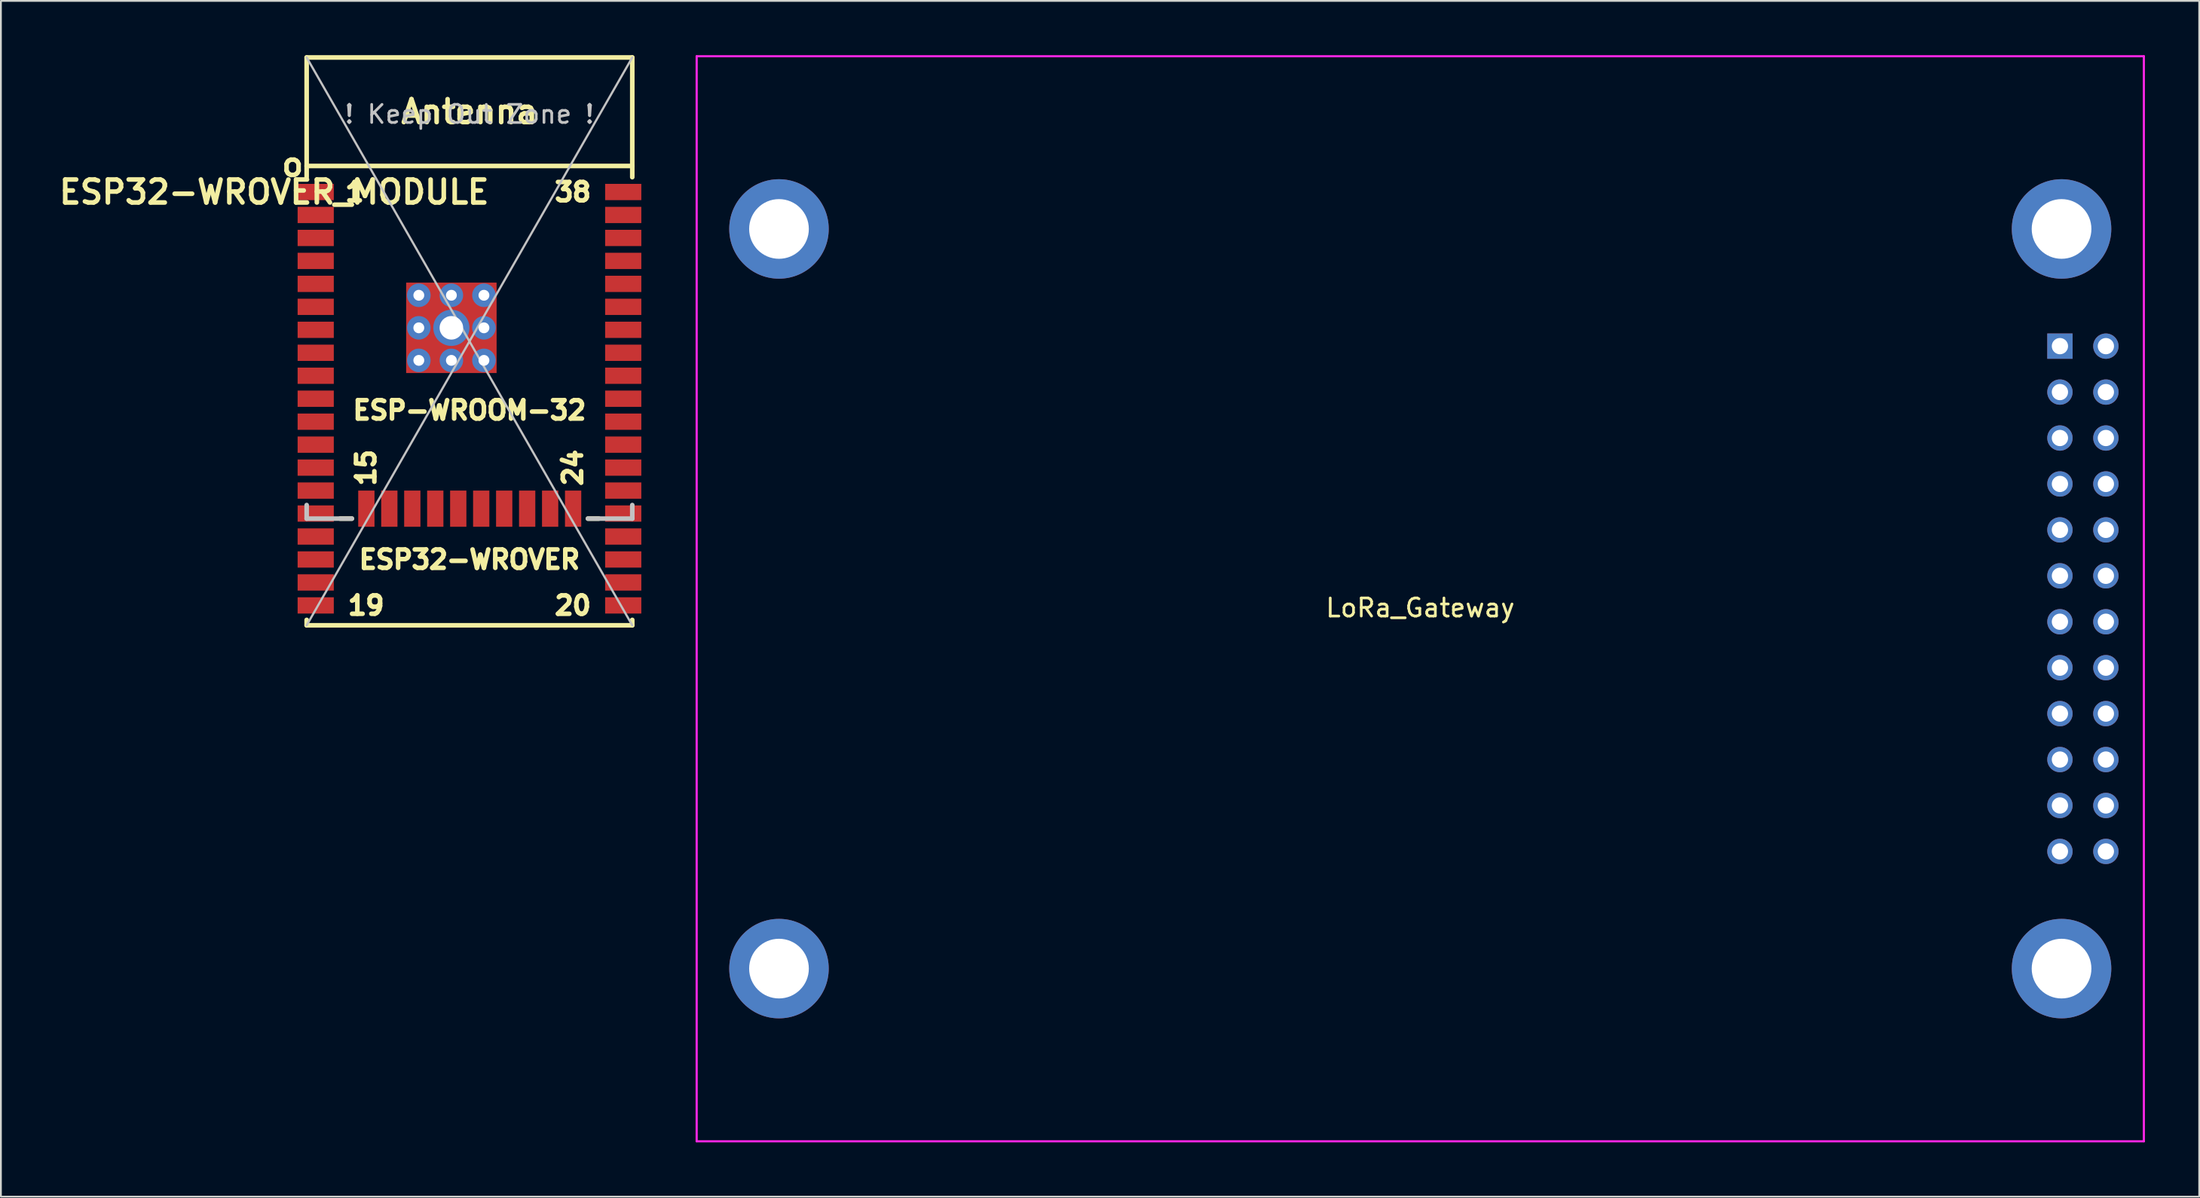
<source format=kicad_pcb>
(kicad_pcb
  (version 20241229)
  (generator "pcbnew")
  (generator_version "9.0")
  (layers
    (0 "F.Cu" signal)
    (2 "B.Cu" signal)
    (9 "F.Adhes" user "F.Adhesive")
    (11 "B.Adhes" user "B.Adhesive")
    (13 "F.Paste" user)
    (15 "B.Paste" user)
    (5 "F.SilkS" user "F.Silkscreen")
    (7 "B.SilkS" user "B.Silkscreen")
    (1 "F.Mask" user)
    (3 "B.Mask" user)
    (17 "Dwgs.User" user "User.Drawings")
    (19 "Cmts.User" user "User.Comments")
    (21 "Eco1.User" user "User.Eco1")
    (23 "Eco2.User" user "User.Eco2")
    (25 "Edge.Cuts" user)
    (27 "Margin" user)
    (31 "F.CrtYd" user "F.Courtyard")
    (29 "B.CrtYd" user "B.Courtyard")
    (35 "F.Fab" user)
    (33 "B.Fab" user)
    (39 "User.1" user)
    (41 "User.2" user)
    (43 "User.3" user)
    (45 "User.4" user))
  (footprint "LoRa_Gateway"
    (layer "F.Cu")
    (at 75.462 30.06)
    (property "Reference" "LoRa_Gateway" (at 0 0.5 0) (layer "F.SilkS") (effects (font (size 1 1) (thickness 0.15))))
    (attr through_hole)
    (fp_line (start -40 -30) (end 40 -30) (stroke (width 0.12) (type solid)) (layer "F.CrtYd"))
    (fp_line (start -40 30) (end -40 -30) (stroke (width 0.12) (type solid)) (layer "F.CrtYd"))
    (fp_line (start 40 -30) (end 40 30) (stroke (width 0.12) (type solid)) (layer "F.CrtYd"))
    (fp_line (start 40 30) (end -40 30) (stroke (width 0.12) (type solid)) (layer "F.CrtYd"))
    (pad "0" thru_hole circle (at -35.45 -20.45) (size 5.5 5.5) (drill 3.3) (layers "*.Cu" "*.Mask"))
    (pad "0" thru_hole circle (at -35.45 20.45) (size 5.5 5.5) (drill 3.3) (layers "*.Cu" "*.Mask"))
    (pad "0" thru_hole circle (at 35.45 -20.45) (size 5.5 5.5) (drill 3.3) (layers "*.Cu" "*.Mask"))
    (pad "0" thru_hole circle (at 35.45 20.45) (size 5.5 5.5) (drill 3.3) (layers "*.Cu" "*.Mask"))
    (pad "1" thru_hole rect (at 35.36 -13.97) (size 1.4 1.4) (drill 0.9) (layers "*.Cu" "*.Mask"))
    (pad "2" thru_hole oval (at 37.9 -13.97) (size 1.4 1.4) (drill 0.9) (layers "*.Cu" "*.Mask"))
    (pad "3" thru_hole oval (at 35.36 -11.43) (size 1.4 1.4) (drill 0.9) (layers "*.Cu" "*.Mask"))
    (pad "4" thru_hole oval (at 37.9 -11.43) (size 1.4 1.4) (drill 0.9) (layers "*.Cu" "*.Mask"))
    (pad "5" thru_hole oval (at 35.36 -8.89) (size 1.4 1.4) (drill 0.9) (layers "*.Cu" "*.Mask"))
    (pad "6" thru_hole oval (at 37.9 -8.89) (size 1.4 1.4) (drill 0.9) (layers "*.Cu" "*.Mask"))
    (pad "7" thru_hole oval (at 35.36 -6.35) (size 1.4 1.4) (drill 0.9) (layers "*.Cu" "*.Mask"))
    (pad "8" thru_hole oval (at 37.9 -6.35) (size 1.4 1.4) (drill 0.9) (layers "*.Cu" "*.Mask"))
    (pad "9" thru_hole oval (at 35.36 -3.81) (size 1.4 1.4) (drill 0.9) (layers "*.Cu" "*.Mask"))
    (pad "10" thru_hole oval (at 37.9 -3.81) (size 1.4 1.4) (drill 0.9) (layers "*.Cu" "*.Mask"))
    (pad "11" thru_hole oval (at 35.36 -1.27) (size 1.4 1.4) (drill 0.9) (layers "*.Cu" "*.Mask"))
    (pad "12" thru_hole oval (at 37.9 -1.27) (size 1.4 1.4) (drill 0.9) (layers "*.Cu" "*.Mask"))
    (pad "13" thru_hole oval (at 35.36 1.27) (size 1.4 1.4) (drill 0.9) (layers "*.Cu" "*.Mask"))
    (pad "14" thru_hole oval (at 37.9 1.27) (size 1.4 1.4) (drill 0.9) (layers "*.Cu" "*.Mask"))
    (pad "15" thru_hole oval (at 35.36 3.81) (size 1.4 1.4) (drill 0.9) (layers "*.Cu" "*.Mask"))
    (pad "16" thru_hole oval (at 37.9 3.81) (size 1.4 1.4) (drill 0.9) (layers "*.Cu" "*.Mask"))
    (pad "17" thru_hole oval (at 35.36 6.35) (size 1.4 1.4) (drill 0.9) (layers "*.Cu" "*.Mask"))
    (pad "18" thru_hole oval (at 37.9 6.35) (size 1.4 1.4) (drill 0.9) (layers "*.Cu" "*.Mask"))
    (pad "19" thru_hole oval (at 35.36 8.89) (size 1.4 1.4) (drill 0.9) (layers "*.Cu" "*.Mask"))
    (pad "20" thru_hole oval (at 37.9 8.89) (size 1.4 1.4) (drill 0.9) (layers "*.Cu" "*.Mask"))
    (pad "21" thru_hole oval (at 35.36 11.43) (size 1.4 1.4) (drill 0.9) (layers "*.Cu" "*.Mask"))
    (pad "22" thru_hole oval (at 37.9 11.43) (size 1.4 1.4) (drill 0.9) (layers "*.Cu" "*.Mask"))
    (pad "23" thru_hole oval (at 35.36 13.97) (size 1.4 1.4) (drill 0.9) (layers "*.Cu" "*.Mask"))
    (pad "24" thru_hole oval (at 37.9 13.97) (size 1.4 1.4) (drill 0.9) (layers "*.Cu" "*.Mask")))
  (footprint "ESP32-WROVER_MODULE"
    (layer "F.Cu")
    (at 22.902 15.827)
    (property "Reference" "ESP32-WROVER_MODULE" (at -10.795 -8.255 0) (layer "F.SilkS") (effects (font (size 1.27 1.27) (thickness 0.254))))
    (attr through_hole)
    (fp_line (start -9 -15.7) (end -9 -9.08) (stroke (width 0.254) (type solid)) (layer "F.SilkS"))
    (fp_line (start -9 -15.7) (end 9 -15.7) (stroke (width 0.254) (type solid)) (layer "F.SilkS"))
    (fp_line (start -9 -9.7) (end 9 -9.7) (stroke (width 0.254) (type solid)) (layer "F.SilkS"))
    (fp_line (start -9 15.7) (end -9 15.4) (stroke (width 0.254) (type solid)) (layer "F.SilkS"))
    (fp_line (start -9 15.7) (end 9 15.7) (stroke (width 0.254) (type solid)) (layer "F.SilkS"))
    (fp_line (start -7.15 9.8) (end -6.5 9.8) (stroke (width 0.254) (type solid)) (layer "F.SilkS"))
    (fp_line (start 7.15 9.8) (end 6.55 9.8) (stroke (width 0.254) (type solid)) (layer "F.SilkS"))
    (fp_line (start 9 -15.7) (end 9 -9.08) (stroke (width 0.254) (type solid)) (layer "F.SilkS"))
    (fp_line (start 9 15.7) (end 9 15.4) (stroke (width 0.254) (type solid)) (layer "F.SilkS"))
    (fp_line (start -9 -15.7) (end 9 15.7) (stroke (width 0.12) (type solid)) (layer "Dwgs.User"))
    (fp_line (start -9 9.8) (end -9 9.05) (stroke (width 0.254) (type solid)) (layer "Dwgs.User"))
    (fp_line (start -9 9.8) (end -6.5 9.8) (stroke (width 0.254) (type solid)) (layer "Dwgs.User"))
    (fp_line (start 9 -15.7) (end -9 15.7) (stroke (width 0.12) (type solid)) (layer "Dwgs.User"))
    (fp_line (start 9 9.8) (end 6.55 9.8) (stroke (width 0.254) (type solid)) (layer "Dwgs.User"))
    (fp_line (start 9 9.8) (end 9 9.05) (stroke (width 0.254) (type solid)) (layer "Dwgs.User"))
    (fp_text user "19" (at -5.715 14.605 0) (layer "F.SilkS") (effects (font (size 1.016 1.016) (thickness 0.254))))
    (fp_text user "38" (at 5.715 -8.255 0) (layer "F.SilkS") (effects (font (size 1.016 1.016) (thickness 0.254))))
    (fp_text user "15" (at -5.715 6.985 90) (layer "F.SilkS") (effects (font (size 1.016 1.016) (thickness 0.254))))
    (fp_text user "20" (at 5.715 14.605 0) (layer "F.SilkS") (effects (font (size 1.016 1.016) (thickness 0.254))))
    (fp_text user "24" (at 5.715 6.985 90) (layer "F.SilkS") (effects (font (size 1.016 1.016) (thickness 0.254))))
    (fp_text user "1" (at -6.35 -8.255 0) (layer "F.SilkS") (effects (font (size 1.016 1.016) (thickness 0.254))))
    (fp_text user "ESP-WROOM-32" (at 0 3.81 0) (layer "F.SilkS") (effects (font (size 1.016 1.016) (thickness 0.254))))
    (fp_text user "ESP32-WROVER" (at 0 12.065 0) (layer "F.SilkS") (effects (font (size 1.016 1.016) (thickness 0.254))))
    (fp_text user "Antenna" (at 0 -12.7 0) (layer "F.SilkS") (effects (font (size 1.27 1.27) (thickness 0.254))))
    (fp_text user "o" (at -9.779 -9.779 0) (layer "F.SilkS") (effects (font (size 1.27 1.27) (thickness 0.254))))
    (fp_text user "! Keep Out Zone !" (at 0 -12.56 0) (layer "Dwgs.User") (effects (font (size 1 1) (thickness 0.15))))
    (pad "" smd rect (at -1.9 -2.25) (size 1.2 1.8) (layers "F.Paste"))
    (pad "" smd rect (at -1.9 0.75) (size 1.2 1.8) (layers "F.Paste"))
    (pad "" smd rect (at -0.1 -2.25) (size 1.2 1.8) (layers "F.Paste"))
    (pad "" smd rect (at -0.1 0.75) (size 1.2 1.8) (layers "F.Paste"))
    (pad "1" smd rect (at -8.5 -8.26) (size 2 0.9) (layers "F.Cu" "F.Mask" "F.Paste"))
    (pad "2" smd rect (at -8.5 -6.99) (size 2 0.9) (layers "F.Cu" "F.Mask" "F.Paste"))
    (pad "3" smd rect (at -8.5 -5.72) (size 2 0.9) (layers "F.Cu" "F.Mask" "F.Paste"))
    (pad "4" smd rect (at -8.5 -4.45) (size 2 0.9) (layers "F.Cu" "F.Mask" "F.Paste"))
    (pad "5" smd rect (at -8.5 -3.18) (size 2 0.9) (layers "F.Cu" "F.Mask" "F.Paste"))
    (pad "6" smd rect (at -8.5 -1.91) (size 2 0.9) (layers "F.Cu" "F.Mask" "F.Paste"))
    (pad "7" smd rect (at -8.5 -0.64) (size 2 0.9) (layers "F.Cu" "F.Mask" "F.Paste"))
    (pad "8" smd rect (at -8.5 0.63) (size 2 0.9) (layers "F.Cu" "F.Mask" "F.Paste"))
    (pad "9" smd rect (at -8.5 1.9) (size 2 0.9) (layers "F.Cu" "F.Mask" "F.Paste"))
    (pad "10" smd rect (at -8.5 3.17) (size 2 0.9) (layers "F.Cu" "F.Mask" "F.Paste"))
    (pad "11" smd rect (at -8.5 4.44) (size 2 0.9) (layers "F.Cu" "F.Mask" "F.Paste"))
    (pad "12" smd rect (at -8.5 5.71) (size 2 0.9) (layers "F.Cu" "F.Mask" "F.Paste"))
    (pad "13" smd rect (at -8.5 6.98) (size 2 0.9) (layers "F.Cu" "F.Mask" "F.Paste"))
    (pad "14" smd rect (at -8.5 8.25) (size 2 0.9) (layers "F.Cu" "F.Mask" "F.Paste"))
    (pad "15" smd rect (at -8.5 9.52) (size 2 0.9) (layers "F.Cu" "F.Mask" "F.Paste"))
    (pad "15" smd rect (at -5.7 9.25) (size 0.9 2) (layers "F.Cu" "F.Mask" "F.Paste"))
    (pad "16" smd rect (at -8.5 10.79) (size 2 0.9) (layers "F.Cu" "F.Mask" "F.Paste"))
    (pad "16" smd rect (at -4.43 9.25) (size 0.9 2) (layers "F.Cu" "F.Mask" "F.Paste"))
    (pad "17" smd rect (at -8.5 12.06) (size 2 0.9) (layers "F.Cu" "F.Mask" "F.Paste"))
    (pad "17" smd rect (at -3.16 9.25) (size 0.9 2) (layers "F.Cu" "F.Mask" "F.Paste"))
    (pad "18" smd rect (at -8.5 13.33) (size 2 0.9) (layers "F.Cu" "F.Mask" "F.Paste"))
    (pad "18" smd rect (at -1.89 9.25) (size 0.9 2) (layers "F.Cu" "F.Mask" "F.Paste"))
    (pad "19" smd rect (at -8.5 14.6) (size 2 0.9) (layers "F.Cu" "F.Mask" "F.Paste"))
    (pad "19" smd rect (at -0.62 9.25) (size 0.9 2) (layers "F.Cu" "F.Mask" "F.Paste"))
    (pad "20" smd rect (at 0.65 9.25) (size 0.9 2) (layers "F.Cu" "F.Mask" "F.Paste"))
    (pad "20" smd rect (at 8.5 14.6) (size 2 0.9) (layers "F.Cu" "F.Mask" "F.Paste"))
    (pad "21" smd rect (at 1.92 9.25) (size 0.9 2) (layers "F.Cu" "F.Mask" "F.Paste"))
    (pad "21" smd rect (at 8.5 13.33) (size 2 0.9) (layers "F.Cu" "F.Mask" "F.Paste"))
    (pad "22" smd rect (at 3.19 9.25) (size 0.9 2) (layers "F.Cu" "F.Mask" "F.Paste"))
    (pad "22" smd rect (at 8.5 12.06) (size 2 0.9) (layers "F.Cu" "F.Mask" "F.Paste"))
    (pad "23" smd rect (at 4.46 9.25) (size 0.9 2) (layers "F.Cu" "F.Mask" "F.Paste"))
    (pad "23" smd rect (at 8.5 10.79) (size 2 0.9) (layers "F.Cu" "F.Mask" "F.Paste"))
    (pad "24" smd rect (at 5.73 9.25) (size 0.9 2) (layers "F.Cu" "F.Mask" "F.Paste"))
    (pad "24" smd rect (at 8.5 9.52) (size 2 0.9) (layers "F.Cu" "F.Mask" "F.Paste"))
    (pad "25" smd rect (at 8.5 8.25) (size 2 0.9) (layers "F.Cu" "F.Mask" "F.Paste"))
    (pad "26" smd rect (at 8.5 6.98) (size 2 0.9) (layers "F.Cu" "F.Mask" "F.Paste"))
    (pad "27" smd rect (at 8.5 5.71) (size 2 0.9) (layers "F.Cu" "F.Mask" "F.Paste"))
    (pad "28" smd rect (at 8.5 4.44) (size 2 0.9) (layers "F.Cu" "F.Mask" "F.Paste"))
    (pad "29" smd rect (at 8.5 3.17) (size 2 0.9) (layers "F.Cu" "F.Mask" "F.Paste"))
    (pad "30" smd rect (at 8.5 1.9) (size 2 0.9) (layers "F.Cu" "F.Mask" "F.Paste"))
    (pad "31" smd rect (at 8.5 0.63) (size 2 0.9) (layers "F.Cu" "F.Mask" "F.Paste"))
    (pad "32" smd rect (at 8.5 -0.64) (size 2 0.9) (layers "F.Cu" "F.Mask" "F.Paste"))
    (pad "33" smd rect (at 8.5 -1.91) (size 2 0.9) (layers "F.Cu" "F.Mask" "F.Paste"))
    (pad "34" smd rect (at 8.5 -3.18) (size 2 0.9) (layers "F.Cu" "F.Mask" "F.Paste"))
    (pad "35" smd rect (at 8.5 -4.45) (size 2 0.9) (layers "F.Cu" "F.Mask" "F.Paste"))
    (pad "36" smd rect (at 8.5 -5.72) (size 2 0.9) (layers "F.Cu" "F.Mask" "F.Paste"))
    (pad "37" smd rect (at 8.5 -6.99) (size 2 0.9) (layers "F.Cu" "F.Mask" "F.Paste"))
    (pad "38" smd rect (at 8.5 -8.26) (size 2 0.9) (layers "F.Cu" "F.Mask" "F.Paste"))
    (pad "39" thru_hole circle (at -2.8 -2.55) (size 1.3 1.3) (drill 0.6) (layers "*.Cu"))
    (pad "39" thru_hole circle (at -2.8 -0.75) (size 1.3 1.3) (drill 0.6) (layers "*.Cu"))
    (pad "39" thru_hole circle (at -2.8 1.05) (size 1.3 1.3) (drill 0.6) (layers "*.Cu"))
    (pad "39" thru_hole circle (at -1 -2.55) (size 1.3 1.3) (drill 0.6) (layers "*.Cu"))
    (pad "39" thru_hole circle (at -1 -0.75) (size 2 2) (drill 1.3) (layers "*.Cu" "*.Mask"))
    (pad "39" smd rect (at -1 -0.75) (size 5 5) (layers "F.Cu" "F.Mask"))
    (pad "39" thru_hole circle (at -1 1.05) (size 1.3 1.3) (drill 0.6) (layers "*.Cu"))
    (pad "39" thru_hole circle (at 0.8 -2.55) (size 1.3 1.3) (drill 0.6) (layers "*.Cu"))
    (pad "39" thru_hole circle (at 0.8 -0.75) (size 1.3 1.3) (drill 0.6) (layers "*.Cu"))
    (pad "39" thru_hole circle (at 0.8 1.05) (size 1.3 1.3) (drill 0.6) (layers "*.Cu")))
  (gr_rect
    (start -3 -3)
    (end 118.522 63.12)
    (stroke (width 0.1) (type default))
    (fill no)
    (layer "Edge.Cuts")))
</source>
